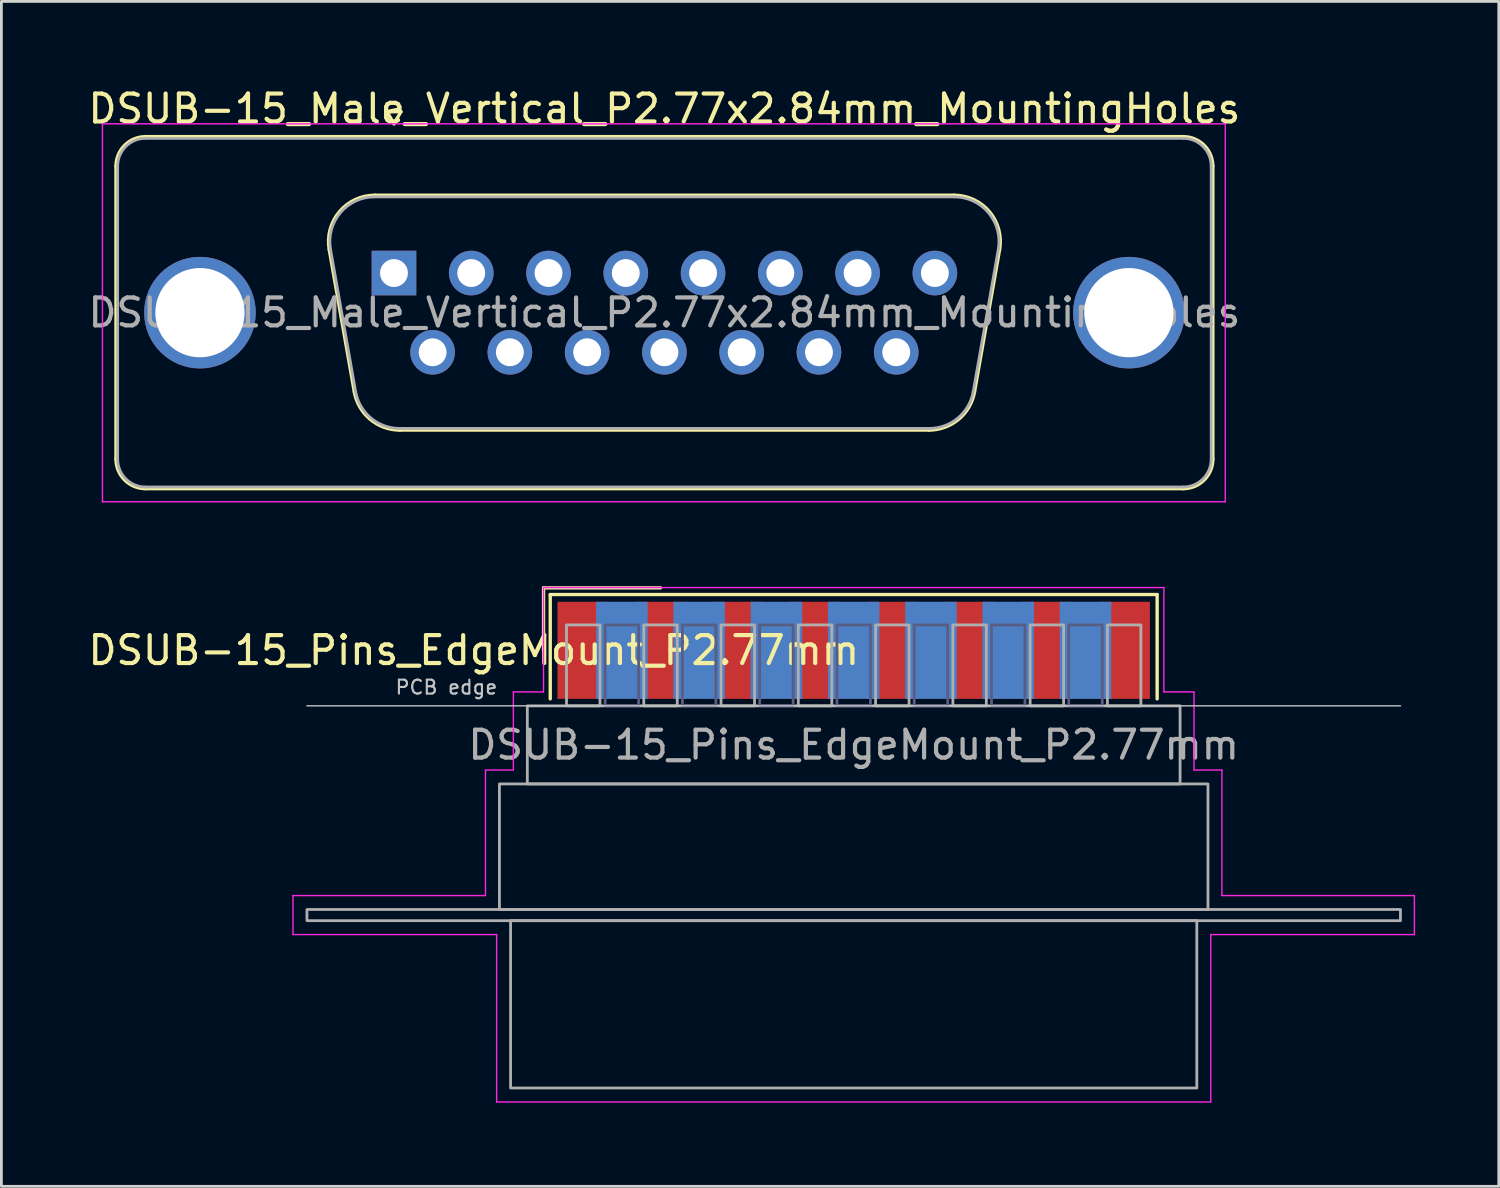
<source format=kicad_pcb>
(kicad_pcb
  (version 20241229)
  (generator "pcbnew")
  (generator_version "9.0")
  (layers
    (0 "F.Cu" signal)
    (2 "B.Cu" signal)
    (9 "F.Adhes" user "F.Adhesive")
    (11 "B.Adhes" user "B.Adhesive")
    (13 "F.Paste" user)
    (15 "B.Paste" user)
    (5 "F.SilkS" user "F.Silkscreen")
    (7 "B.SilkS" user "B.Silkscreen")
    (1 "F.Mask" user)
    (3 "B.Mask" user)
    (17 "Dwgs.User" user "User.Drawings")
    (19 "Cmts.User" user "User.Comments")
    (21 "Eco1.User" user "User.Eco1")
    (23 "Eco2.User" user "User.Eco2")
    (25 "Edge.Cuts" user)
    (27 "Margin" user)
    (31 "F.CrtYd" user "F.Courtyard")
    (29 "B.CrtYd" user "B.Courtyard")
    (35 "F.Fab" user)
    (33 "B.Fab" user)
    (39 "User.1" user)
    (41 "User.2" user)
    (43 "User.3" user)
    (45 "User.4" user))
  (footprint "DSUB-15_Male_Vertical_P2.77x2.84mm_MountingHoles"
    (layer "F.Cu")
    (at 11.073 6.738)
    (property "Reference" "DSUB-15_Male_Vertical_P2.77x2.84mm_MountingHoles" (at 9.695 -5.89 0) (layer "F.SilkS") (effects (font (size 1 1) (thickness 0.15))))
    (attr through_hole)
    (fp_line (start -9.965 6.67) (end -9.965 -3.83) (stroke (width 0.12) (type solid)) (layer "F.SilkS"))
    (fp_line (start -8.905 -4.89) (end 28.295 -4.89) (stroke (width 0.12) (type solid)) (layer "F.SilkS"))
    (fp_line (start -2.321 -0.842) (end -1.422 4.258) (stroke (width 0.12) (type solid)) (layer "F.SilkS"))
    (fp_line (start -0.687 -2.79) (end 20.077 -2.79) (stroke (width 0.12) (type solid)) (layer "F.SilkS"))
    (fp_line (start -0.25 -5.784) (end 0.25 -5.784) (stroke (width 0.12) (type solid)) (layer "F.SilkS"))
    (fp_line (start 0 -5.351) (end -0.25 -5.784) (stroke (width 0.12) (type solid)) (layer "F.SilkS"))
    (fp_line (start 0.213 5.63) (end 19.177 5.63) (stroke (width 0.12) (type solid)) (layer "F.SilkS"))
    (fp_line (start 0.25 -5.784) (end 0 -5.351) (stroke (width 0.12) (type solid)) (layer "F.SilkS"))
    (fp_line (start 21.711 -0.842) (end 20.812 4.258) (stroke (width 0.12) (type solid)) (layer "F.SilkS"))
    (fp_line (start 28.295 7.73) (end -8.905 7.73) (stroke (width 0.12) (type solid)) (layer "F.SilkS"))
    (fp_line (start 29.355 -3.83) (end 29.355 6.67) (stroke (width 0.12) (type solid)) (layer "F.SilkS"))
    (fp_arc (start -9.965 -3.83) (mid -9.654533 -4.579533) (end -8.905 -4.89) (stroke (width 0.12) (type solid)) (layer "F.SilkS"))
    (fp_arc (start -8.905 7.73) (mid -9.654533 7.419533) (end -9.965 6.67) (stroke (width 0.12) (type solid)) (layer "F.SilkS"))
    (fp_arc (start -2.32147 -0.841744) (mid -1.958323 -2.197028) (end -0.686689 -2.79) (stroke (width 0.12) (type solid)) (layer "F.SilkS"))
    (fp_arc (start 0.212579 5.63) (mid -0.854448 5.241634) (end -1.422202 4.258256) (stroke (width 0.12) (type solid)) (layer "F.SilkS"))
    (fp_arc (start 20.076689 -2.79) (mid 21.348323 -2.197027) (end 21.71147 -0.841744) (stroke (width 0.12) (type solid)) (layer "F.SilkS"))
    (fp_arc (start 20.812202 4.258256) (mid 20.244449 5.241634) (end 19.177421 5.63) (stroke (width 0.12) (type solid)) (layer "F.SilkS"))
    (fp_arc (start 28.295 -4.89) (mid 29.044533 -4.579533) (end 29.355 -3.83) (stroke (width 0.12) (type solid)) (layer "F.SilkS"))
    (fp_arc (start 29.355 6.67) (mid 29.044533 7.419533) (end 28.295 7.73) (stroke (width 0.12) (type solid)) (layer "F.SilkS"))
    (fp_line (start -10.45 -5.35) (end -10.45 8.2) (stroke (width 0.05) (type solid)) (layer "F.CrtYd"))
    (fp_line (start -10.45 8.2) (end 29.8 8.2) (stroke (width 0.05) (type solid)) (layer "F.CrtYd"))
    (fp_line (start 29.8 -5.35) (end -10.45 -5.35) (stroke (width 0.05) (type solid)) (layer "F.CrtYd"))
    (fp_line (start 29.8 8.2) (end 29.8 -5.35) (stroke (width 0.05) (type solid)) (layer "F.CrtYd"))
    (fp_line (start -9.905 6.67) (end -9.905 -3.83) (stroke (width 0.1) (type solid)) (layer "F.Fab"))
    (fp_line (start -8.905 -4.83) (end 28.295 -4.83) (stroke (width 0.1) (type solid)) (layer "F.Fab"))
    (fp_line (start -2.274 -0.852) (end -1.375 4.248) (stroke (width 0.1) (type solid)) (layer "F.Fab"))
    (fp_line (start -0.698 -2.73) (end 20.088 -2.73) (stroke (width 0.1) (type solid)) (layer "F.Fab"))
    (fp_line (start 0.201 5.57) (end 19.189 5.57) (stroke (width 0.1) (type solid)) (layer "F.Fab"))
    (fp_line (start 21.664 -0.852) (end 20.765 4.248) (stroke (width 0.1) (type solid)) (layer "F.Fab"))
    (fp_line (start 28.295 7.67) (end -8.905 7.67) (stroke (width 0.1) (type solid)) (layer "F.Fab"))
    (fp_line (start 29.295 -3.83) (end 29.295 6.67) (stroke (width 0.1) (type solid)) (layer "F.Fab"))
    (fp_arc (start -9.905 -3.83) (mid -9.612107 -4.537107) (end -8.905 -4.83) (stroke (width 0.1) (type solid)) (layer "F.Fab"))
    (fp_arc (start -8.905 7.67) (mid -9.612107 7.377107) (end -9.905 6.67) (stroke (width 0.1) (type solid)) (layer "F.Fab"))
    (fp_arc (start -2.273886 -0.852163) (mid -1.923865 -2.15846) (end -0.698194 -2.73) (stroke (width 0.1) (type solid)) (layer "F.Fab"))
    (fp_arc (start 0.201073 5.57) (mid -0.827387 5.195671) (end -1.374619 4.247837) (stroke (width 0.1) (type solid)) (layer "F.Fab"))
    (fp_arc (start 20.088194 -2.73) (mid 21.313865 -2.15846) (end 21.663886 -0.852163) (stroke (width 0.1) (type solid)) (layer "F.Fab"))
    (fp_arc (start 20.764619 4.247837) (mid 20.217387 5.195671) (end 19.188927 5.57) (stroke (width 0.1) (type solid)) (layer "F.Fab"))
    (fp_arc (start 28.295 -4.83) (mid 29.002107 -4.537107) (end 29.295 -3.83) (stroke (width 0.1) (type solid)) (layer "F.Fab"))
    (fp_arc (start 29.295 6.67) (mid 29.002107 7.377107) (end 28.295 7.67) (stroke (width 0.1) (type solid)) (layer "F.Fab"))
    (fp_text user "${REFERENCE}" (at 9.695 1.42 0) (layer "F.Fab") (effects (font (size 1 1) (thickness 0.15))))
    (pad "0" thru_hole circle (at -6.955 1.42) (size 4 4) (drill 3.2) (layers "*.Cu" "*.Mask"))
    (pad "0" thru_hole circle (at 26.345 1.42) (size 4 4) (drill 3.2) (layers "*.Cu" "*.Mask"))
    (pad "1" thru_hole rect (at 0 0) (size 1.6 1.6) (drill 1) (layers "*.Cu" "*.Mask"))
    (pad "2" thru_hole circle (at 2.77 0) (size 1.6 1.6) (drill 1) (layers "*.Cu" "*.Mask"))
    (pad "3" thru_hole circle (at 5.54 0) (size 1.6 1.6) (drill 1) (layers "*.Cu" "*.Mask"))
    (pad "4" thru_hole circle (at 8.31 0) (size 1.6 1.6) (drill 1) (layers "*.Cu" "*.Mask"))
    (pad "5" thru_hole circle (at 11.08 0) (size 1.6 1.6) (drill 1) (layers "*.Cu" "*.Mask"))
    (pad "6" thru_hole circle (at 13.85 0) (size 1.6 1.6) (drill 1) (layers "*.Cu" "*.Mask"))
    (pad "7" thru_hole circle (at 16.62 0) (size 1.6 1.6) (drill 1) (layers "*.Cu" "*.Mask"))
    (pad "8" thru_hole circle (at 19.39 0) (size 1.6 1.6) (drill 1) (layers "*.Cu" "*.Mask"))
    (pad "9" thru_hole circle (at 1.385 2.84) (size 1.6 1.6) (drill 1) (layers "*.Cu" "*.Mask"))
    (pad "10" thru_hole circle (at 4.155 2.84) (size 1.6 1.6) (drill 1) (layers "*.Cu" "*.Mask"))
    (pad "11" thru_hole circle (at 6.925 2.84) (size 1.6 1.6) (drill 1) (layers "*.Cu" "*.Mask"))
    (pad "12" thru_hole circle (at 9.695 2.84) (size 1.6 1.6) (drill 1) (layers "*.Cu" "*.Mask"))
    (pad "13" thru_hole circle (at 12.465 2.84) (size 1.6 1.6) (drill 1) (layers "*.Cu" "*.Mask"))
    (pad "14" thru_hole circle (at 15.235 2.84) (size 1.6 1.6) (drill 1) (layers "*.Cu" "*.Mask"))
    (pad "15" thru_hole circle (at 18.005 2.84) (size 1.6 1.6) (drill 1) (layers "*.Cu" "*.Mask")))
  (footprint "DSUB-15_Pins_EdgeMount_P2.77mm"
    (layer "F.Cu")
    (at 27.553 20.263)
    (property "Reference" "DSUB-15_Pins_EdgeMount_P2.77mm" (at -13.618 0 0) (layer "F.SilkS") (effects (font (size 1 1) (thickness 0.15))))
    (attr smd)
    (fp_line (start -11.118 -2.24) (end -6.925 -2.24) (stroke (width 0.12) (type solid)) (layer "F.SilkS"))
    (fp_line (start -11.118 0) (end -11.118 -2.24) (stroke (width 0.12) (type solid)) (layer "F.SilkS"))
    (fp_line (start -10.878 -2) (end -10.878 1.74) (stroke (width 0.12) (type solid)) (layer "F.SilkS"))
    (fp_line (start 10.878 -2) (end -10.878 -2) (stroke (width 0.12) (type solid)) (layer "F.SilkS"))
    (fp_line (start 10.878 1.74) (end 10.878 -2) (stroke (width 0.12) (type solid)) (layer "F.SilkS"))
    (fp_line (start -19.6 1.99) (end 19.6 1.99) (stroke (width 0.05) (type solid)) (layer "Dwgs.User"))
    (fp_line (start -20.1 8.79) (end -13.2 8.79) (stroke (width 0.05) (type solid)) (layer "F.CrtYd"))
    (fp_line (start -20.1 10.19) (end -20.1 8.79) (stroke (width 0.05) (type solid)) (layer "F.CrtYd"))
    (fp_line (start -13.2 4.29) (end -12.2 4.29) (stroke (width 0.05) (type solid)) (layer "F.CrtYd"))
    (fp_line (start -13.2 8.79) (end -13.2 4.29) (stroke (width 0.05) (type solid)) (layer "F.CrtYd"))
    (fp_line (start -12.8 10.19) (end -20.1 10.19) (stroke (width 0.05) (type solid)) (layer "F.CrtYd"))
    (fp_line (start -12.8 16.19) (end -12.8 10.19) (stroke (width 0.05) (type solid)) (layer "F.CrtYd"))
    (fp_line (start -12.2 1.49) (end -11.12 1.49) (stroke (width 0.05) (type solid)) (layer "F.CrtYd"))
    (fp_line (start -12.2 4.29) (end -12.2 1.49) (stroke (width 0.05) (type solid)) (layer "F.CrtYd"))
    (fp_line (start -11.12 -2.25) (end 11.12 -2.25) (stroke (width 0.05) (type solid)) (layer "F.CrtYd"))
    (fp_line (start -11.12 1.49) (end -11.12 -2.25) (stroke (width 0.05) (type solid)) (layer "F.CrtYd"))
    (fp_line (start 11.12 -2.25) (end 11.12 1.49) (stroke (width 0.05) (type solid)) (layer "F.CrtYd"))
    (fp_line (start 11.12 1.49) (end 12.2 1.49) (stroke (width 0.05) (type solid)) (layer "F.CrtYd"))
    (fp_line (start 12.2 1.49) (end 12.2 4.29) (stroke (width 0.05) (type solid)) (layer "F.CrtYd"))
    (fp_line (start 12.2 4.29) (end 13.2 4.29) (stroke (width 0.05) (type solid)) (layer "F.CrtYd"))
    (fp_line (start 12.8 10.19) (end 12.8 16.19) (stroke (width 0.05) (type solid)) (layer "F.CrtYd"))
    (fp_line (start 12.8 16.19) (end -12.8 16.19) (stroke (width 0.05) (type solid)) (layer "F.CrtYd"))
    (fp_line (start 13.2 4.29) (end 13.2 8.79) (stroke (width 0.05) (type solid)) (layer "F.CrtYd"))
    (fp_line (start 13.2 8.79) (end 20.1 8.79) (stroke (width 0.05) (type solid)) (layer "F.CrtYd"))
    (fp_line (start 20.1 8.79) (end 20.1 10.19) (stroke (width 0.05) (type solid)) (layer "F.CrtYd"))
    (fp_line (start 20.1 10.19) (end 12.8 10.19) (stroke (width 0.05) (type solid)) (layer "F.CrtYd"))
    (fp_rect (start -8.91 -0.91) (end -7.71 1.99) (stroke (width 0.1) (type solid)) (fill no) (layer "B.Fab"))
    (fp_rect (start -6.14 -0.91) (end -4.94 1.99) (stroke (width 0.1) (type solid)) (fill no) (layer "B.Fab"))
    (fp_rect (start -3.37 -0.91) (end -2.17 1.99) (stroke (width 0.1) (type solid)) (fill no) (layer "B.Fab"))
    (fp_rect (start -0.6 -0.91) (end 0.6 1.99) (stroke (width 0.1) (type solid)) (fill no) (layer "B.Fab"))
    (fp_rect (start 2.17 -0.91) (end 3.37 1.99) (stroke (width 0.1) (type solid)) (fill no) (layer "B.Fab"))
    (fp_rect (start 4.94 -0.91) (end 6.14 1.99) (stroke (width 0.1) (type solid)) (fill no) (layer "B.Fab"))
    (fp_rect (start 7.71 -0.91) (end 8.91 1.99) (stroke (width 0.1) (type solid)) (fill no) (layer "B.Fab"))
    (fp_rect (start -19.6 9.29) (end 19.6 9.69) (stroke (width 0.1) (type solid)) (fill no) (layer "F.Fab"))
    (fp_rect (start -12.7 4.79) (end 12.7 9.29) (stroke (width 0.1) (type solid)) (fill no) (layer "F.Fab"))
    (fp_rect (start -12.3 9.69) (end 12.3 15.69) (stroke (width 0.1) (type solid)) (fill no) (layer "F.Fab"))
    (fp_rect (start -11.7 1.99) (end 11.7 4.79) (stroke (width 0.1) (type solid)) (fill no) (layer "F.Fab"))
    (fp_rect (start -10.295 -0.91) (end -9.095 1.99) (stroke (width 0.1) (type solid)) (fill no) (layer "F.Fab"))
    (fp_rect (start -7.525 -0.91) (end -6.325 1.99) (stroke (width 0.1) (type solid)) (fill no) (layer "F.Fab"))
    (fp_rect (start -4.755 -0.91) (end -3.555 1.99) (stroke (width 0.1) (type solid)) (fill no) (layer "F.Fab"))
    (fp_rect (start -1.985 -0.91) (end -0.785 1.99) (stroke (width 0.1) (type solid)) (fill no) (layer "F.Fab"))
    (fp_rect (start 0.785 -0.91) (end 1.985 1.99) (stroke (width 0.1) (type solid)) (fill no) (layer "F.Fab"))
    (fp_rect (start 3.555 -0.91) (end 4.755 1.99) (stroke (width 0.1) (type solid)) (fill no) (layer "F.Fab"))
    (fp_rect (start 6.325 -0.91) (end 7.525 1.99) (stroke (width 0.1) (type solid)) (fill no) (layer "F.Fab"))
    (fp_rect (start 9.095 -0.91) (end 10.295 1.99) (stroke (width 0.1) (type solid)) (fill no) (layer "F.Fab"))
    (fp_text user "PCB edge" (at -14.6 1.323 0) (layer "Dwgs.User") (effects (font (size 0.5 0.5) (thickness 0.075))))
    (fp_text user "${REFERENCE}" (at 0 3.39 0) (layer "F.Fab") (effects (font (size 1 1) (thickness 0.15))))
    (pad "1" smd rect (at -9.695 0) (size 1.847 3.48) (layers "F.Cu" "F.Mask" "F.Paste"))
    (pad "2" smd rect (at -6.925 0) (size 1.847 3.48) (layers "F.Cu" "F.Mask" "F.Paste"))
    (pad "3" smd rect (at -4.155 0) (size 1.847 3.48) (layers "F.Cu" "F.Mask" "F.Paste"))
    (pad "4" smd rect (at -1.385 0) (size 1.847 3.48) (layers "F.Cu" "F.Mask" "F.Paste"))
    (pad "5" smd rect (at 1.385 0) (size 1.847 3.48) (layers "F.Cu" "F.Mask" "F.Paste"))
    (pad "6" smd rect (at 4.155 0) (size 1.847 3.48) (layers "F.Cu" "F.Mask" "F.Paste"))
    (pad "7" smd rect (at 6.925 0) (size 1.847 3.48) (layers "F.Cu" "F.Mask" "F.Paste"))
    (pad "8" smd rect (at 9.695 0) (size 1.847 3.48) (layers "F.Cu" "F.Mask" "F.Paste"))
    (pad "9" smd rect (at -8.31 0) (size 1.847 3.48) (layers "B.Cu" "B.Mask" "B.Paste"))
    (pad "10" smd rect (at -5.54 0) (size 1.847 3.48) (layers "B.Cu" "B.Mask" "B.Paste"))
    (pad "11" smd rect (at -2.77 0) (size 1.847 3.48) (layers "B.Cu" "B.Mask" "B.Paste"))
    (pad "12" smd rect (at 0 0) (size 1.847 3.48) (layers "B.Cu" "B.Mask" "B.Paste"))
    (pad "13" smd rect (at 2.77 0) (size 1.847 3.48) (layers "B.Cu" "B.Mask" "B.Paste"))
    (pad "14" smd rect (at 5.54 0) (size 1.847 3.48) (layers "B.Cu" "B.Mask" "B.Paste"))
    (pad "15" smd rect (at 8.31 0) (size 1.847 3.48) (layers "B.Cu" "B.Mask" "B.Paste")))
  (gr_rect
    (start -3 -3)
    (end 50.678 39.478)
    (stroke (width 0.1) (type default))
    (fill no)
    (layer "Edge.Cuts")))
</source>
